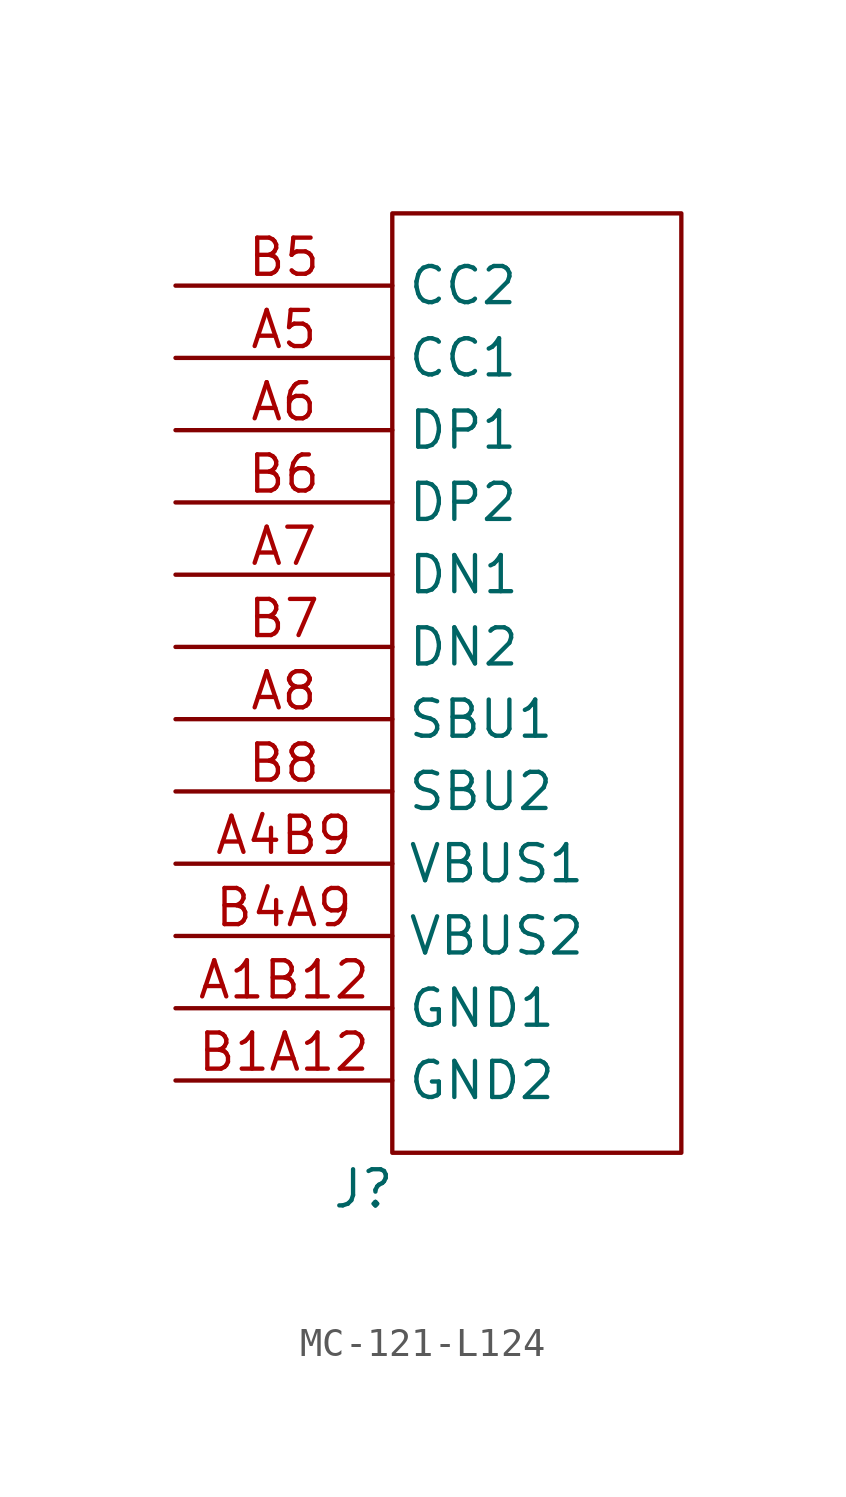
<source format=kicad_sym>
(kicad_symbol_lib
  (version 20241209)
  (generator "kicad_symbol_editor")
  (generator_version "9.0")
  (symbol "MC-121-L124"
    (property "Reference" "J"
      (at -1.016 -1.27 0)
      (effects (font (size 1.27 1.27))))
    (property "Value" ""
      (at 0 0 0)
      (effects (font (size 1.27 1.27))))
    (symbol "MC-121-L124_0_1"
      (rectangle (start 0 33.02) (end 10.16 0) (stroke (width 0) (type default)) (fill (type none))))
    (symbol "MC-121-L124_1_1"
      (pin input line (at -7.62 30.48 0) (length 7.62) (name "CC2" (effects (font (size 1.27 1.27)))) (number "B5" (effects (font (size 1.27 1.27)))))
      (pin input line (at -7.62 27.94 0) (length 7.62) (name "CC1" (effects (font (size 1.27 1.27)))) (number "A5" (effects (font (size 1.27 1.27)))))
      (pin input line (at -7.62 25.4 0) (length 7.62) (name "DP1" (effects (font (size 1.27 1.27)))) (number "A6" (effects (font (size 1.27 1.27)))))
      (pin input line (at -7.62 22.86 0) (length 7.62) (name "DP2" (effects (font (size 1.27 1.27)))) (number "B6" (effects (font (size 1.27 1.27)))))
      (pin input line (at -7.62 20.32 0) (length 7.62) (name "DN1" (effects (font (size 1.27 1.27)))) (number "A7" (effects (font (size 1.27 1.27)))))
      (pin input line (at -7.62 17.78 0) (length 7.62) (name "DN2" (effects (font (size 1.27 1.27)))) (number "B7" (effects (font (size 1.27 1.27)))))
      (pin input line (at -7.62 15.24 0) (length 7.62) (name "SBU1" (effects (font (size 1.27 1.27)))) (number "A8" (effects (font (size 1.27 1.27)))))
      (pin input line (at -7.62 12.7 0) (length 7.62) (name "SBU2" (effects (font (size 1.27 1.27)))) (number "B8" (effects (font (size 1.27 1.27)))))
      (pin power_out line (at -7.62 10.16 0) (length 7.62) (name "VBUS1" (effects (font (size 1.27 1.27)))) (number "A4B9" (effects (font (size 1.27 1.27)))))
      (pin power_out line (at -7.62 7.62 0) (length 7.62) (name "VBUS2" (effects (font (size 1.27 1.27)))) (number "B4A9" (effects (font (size 1.27 1.27)))))
      (pin power_out line (at -7.62 5.08 0) (length 7.62) (name "GND1" (effects (font (size 1.27 1.27)))) (number "A1B12" (effects (font (size 1.27 1.27)))))
      (pin power_out line (at -7.62 2.54 0) (length 7.62) (name "GND2" (effects (font (size 1.27 1.27)))) (number "B1A12" (effects (font (size 1.27 1.27))))))))
</source>
